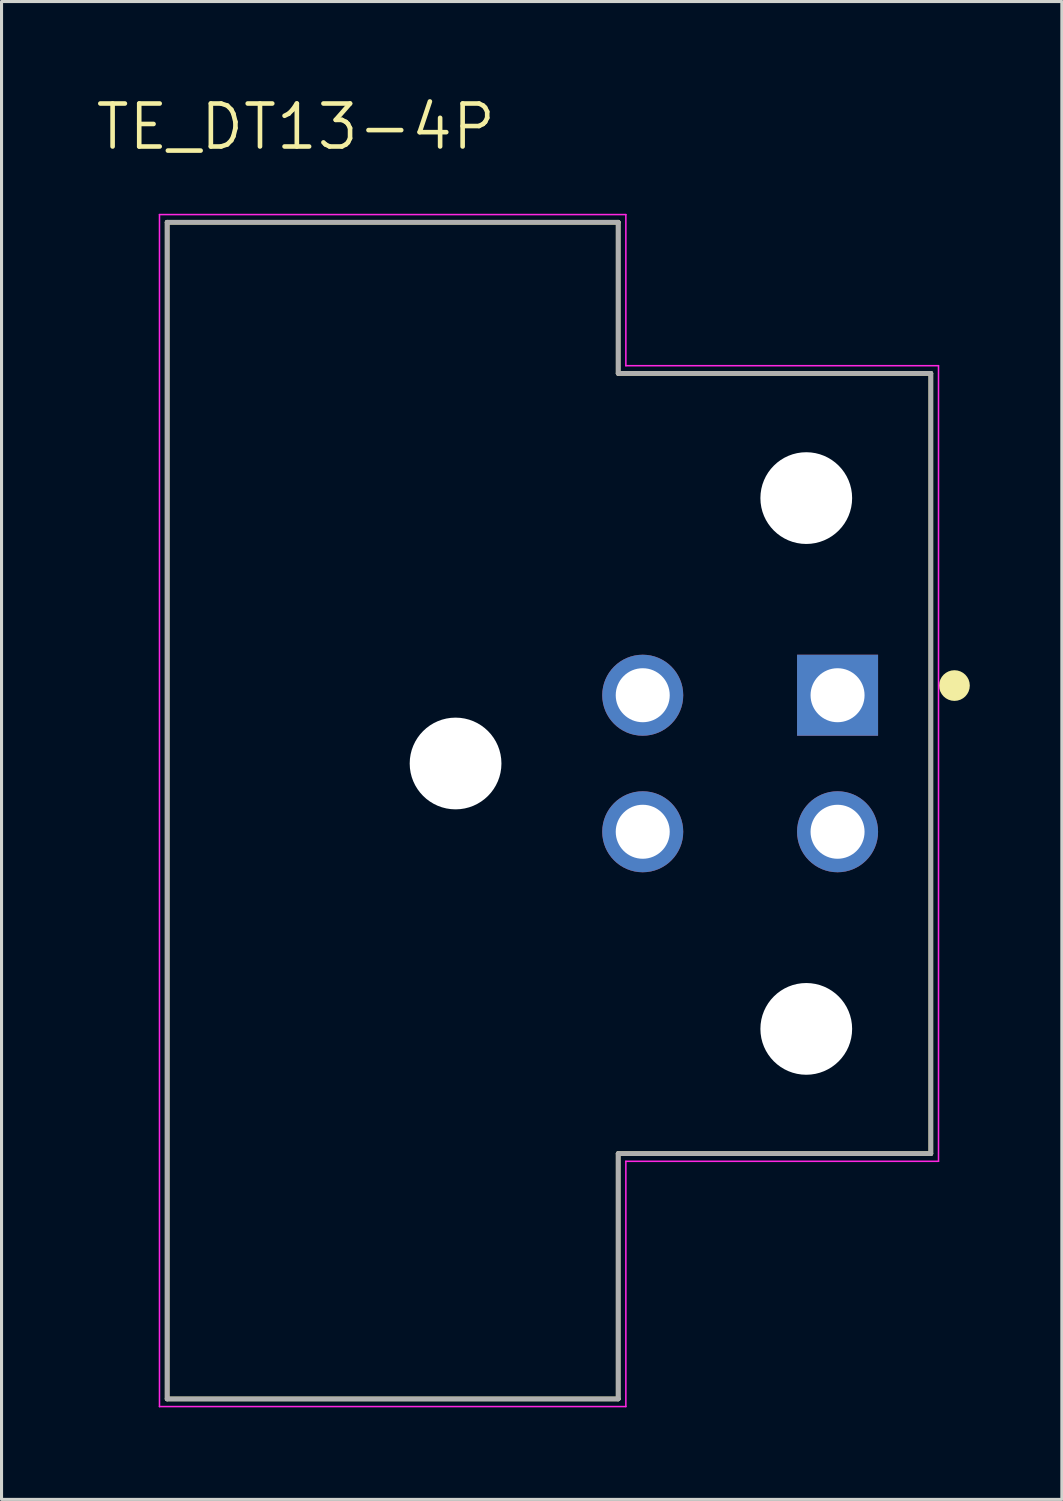
<source format=kicad_pcb>
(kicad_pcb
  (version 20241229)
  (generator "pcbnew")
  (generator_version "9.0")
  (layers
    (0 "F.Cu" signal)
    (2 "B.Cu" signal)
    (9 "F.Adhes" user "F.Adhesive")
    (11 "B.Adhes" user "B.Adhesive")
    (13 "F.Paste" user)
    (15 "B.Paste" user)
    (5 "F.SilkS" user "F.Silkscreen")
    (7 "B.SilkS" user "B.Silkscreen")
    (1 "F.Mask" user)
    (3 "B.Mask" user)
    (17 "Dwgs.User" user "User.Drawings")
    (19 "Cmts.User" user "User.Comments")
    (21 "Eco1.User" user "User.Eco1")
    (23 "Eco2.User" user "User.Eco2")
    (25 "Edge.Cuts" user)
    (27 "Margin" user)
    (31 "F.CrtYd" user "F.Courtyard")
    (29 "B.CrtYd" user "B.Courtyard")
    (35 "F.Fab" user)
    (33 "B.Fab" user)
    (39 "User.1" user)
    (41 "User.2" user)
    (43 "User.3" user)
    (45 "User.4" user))
  (footprint "TE_DT13-4P"
    (layer "F.Cu")
    (at 17.898 21.834)
    (property "Reference" "TE_DT13-4P" (at -11.307 -20.75 0) (layer "F.SilkS") (effects (font (size 1.401 1.401) (thickness 0.15))))
    (attr through_hole)
    (fp_line (start -15.5 -17.64) (end -15.5 20.71) (stroke (width 0.152) (type solid)) (layer "F.SilkS"))
    (fp_line (start -15.5 20.71) (end -0.8 20.71) (stroke (width 0.152) (type solid)) (layer "F.SilkS"))
    (fp_line (start -0.8 -17.64) (end -15.5 -17.64) (stroke (width 0.152) (type solid)) (layer "F.SilkS"))
    (fp_line (start -0.8 -12.715) (end -0.8 -17.64) (stroke (width 0.152) (type solid)) (layer "F.SilkS"))
    (fp_line (start -0.8 -12.715) (end 9.39 -12.715) (stroke (width 0.152) (type solid)) (layer "F.SilkS"))
    (fp_line (start -0.8 20.71) (end -0.8 12.715) (stroke (width 0.152) (type solid)) (layer "F.SilkS"))
    (fp_line (start 9.39 -12.715) (end 9.39 12.715) (stroke (width 0.152) (type solid)) (layer "F.SilkS"))
    (fp_line (start 9.39 12.715) (end -0.8 12.715) (stroke (width 0.152) (type solid)) (layer "F.SilkS"))
    (fp_circle (center 10.16 -2.54) (end 10.41 -2.54) (stroke (width 0.5) (type solid)) (fill no) (layer "F.SilkS"))
    (fp_line (start -15.75 -17.89) (end -0.55 -17.89) (stroke (width 0.05) (type solid)) (layer "F.CrtYd"))
    (fp_line (start -15.75 20.96) (end -15.75 -17.89) (stroke (width 0.05) (type solid)) (layer "F.CrtYd"))
    (fp_line (start -0.55 -17.89) (end -0.55 -12.965) (stroke (width 0.05) (type solid)) (layer "F.CrtYd"))
    (fp_line (start -0.55 -12.965) (end 9.64 -12.965) (stroke (width 0.05) (type solid)) (layer "F.CrtYd"))
    (fp_line (start -0.55 12.965) (end -0.55 20.96) (stroke (width 0.05) (type solid)) (layer "F.CrtYd"))
    (fp_line (start -0.55 20.96) (end -15.75 20.96) (stroke (width 0.05) (type solid)) (layer "F.CrtYd"))
    (fp_line (start 9.64 -12.965) (end 9.64 12.965) (stroke (width 0.05) (type solid)) (layer "F.CrtYd"))
    (fp_line (start 9.64 12.965) (end -0.55 12.965) (stroke (width 0.05) (type solid)) (layer "F.CrtYd"))
    (fp_line (start -15.5 -17.64) (end -15.5 20.71) (stroke (width 0.152) (type solid)) (layer "F.Fab"))
    (fp_line (start -15.5 20.71) (end -0.8 20.71) (stroke (width 0.152) (type solid)) (layer "F.Fab"))
    (fp_line (start -0.8 -17.64) (end -15.5 -17.64) (stroke (width 0.152) (type solid)) (layer "F.Fab"))
    (fp_line (start -0.8 -12.715) (end -0.8 -17.64) (stroke (width 0.152) (type solid)) (layer "F.Fab"))
    (fp_line (start -0.8 -12.715) (end 9.39 -12.715) (stroke (width 0.152) (type solid)) (layer "F.Fab"))
    (fp_line (start -0.8 20.71) (end -0.8 12.715) (stroke (width 0.152) (type solid)) (layer "F.Fab"))
    (fp_line (start 9.39 -12.715) (end 9.39 12.715) (stroke (width 0.152) (type solid)) (layer "F.Fab"))
    (fp_line (start 9.39 12.715) (end -0.8 12.715) (stroke (width 0.152) (type solid)) (layer "F.Fab"))
    (pad "" np_thru_hole circle (at -6.1 0) (size 2.99 2.99) (drill 2.99) (layers "*.Cu" "*.Mask"))
    (pad "" np_thru_hole circle (at 5.33 -8.65) (size 2.99 2.99) (drill 2.99) (layers "*.Cu" "*.Mask"))
    (pad "" np_thru_hole circle (at 5.33 8.65) (size 2.99 2.99) (drill 2.99) (layers "*.Cu" "*.Mask"))
    (pad "1" thru_hole rect (at 6.35 -2.225) (size 2.64 2.64) (drill 1.76) (layers "*.Cu" "*.Mask"))
    (pad "2" thru_hole circle (at 6.35 2.225) (size 2.64 2.64) (drill 1.76) (layers "*.Cu" "*.Mask"))
    (pad "3" thru_hole circle (at 0 2.225) (size 2.64 2.64) (drill 1.76) (layers "*.Cu" "*.Mask"))
    (pad "4" thru_hole circle (at 0 -2.225) (size 2.64 2.64) (drill 1.76) (layers "*.Cu" "*.Mask")))
  (gr_rect
    (start -3 -3)
    (end 31.558 45.819)
    (stroke (width 0.1) (type default))
    (fill no)
    (layer "Edge.Cuts")))
</source>
